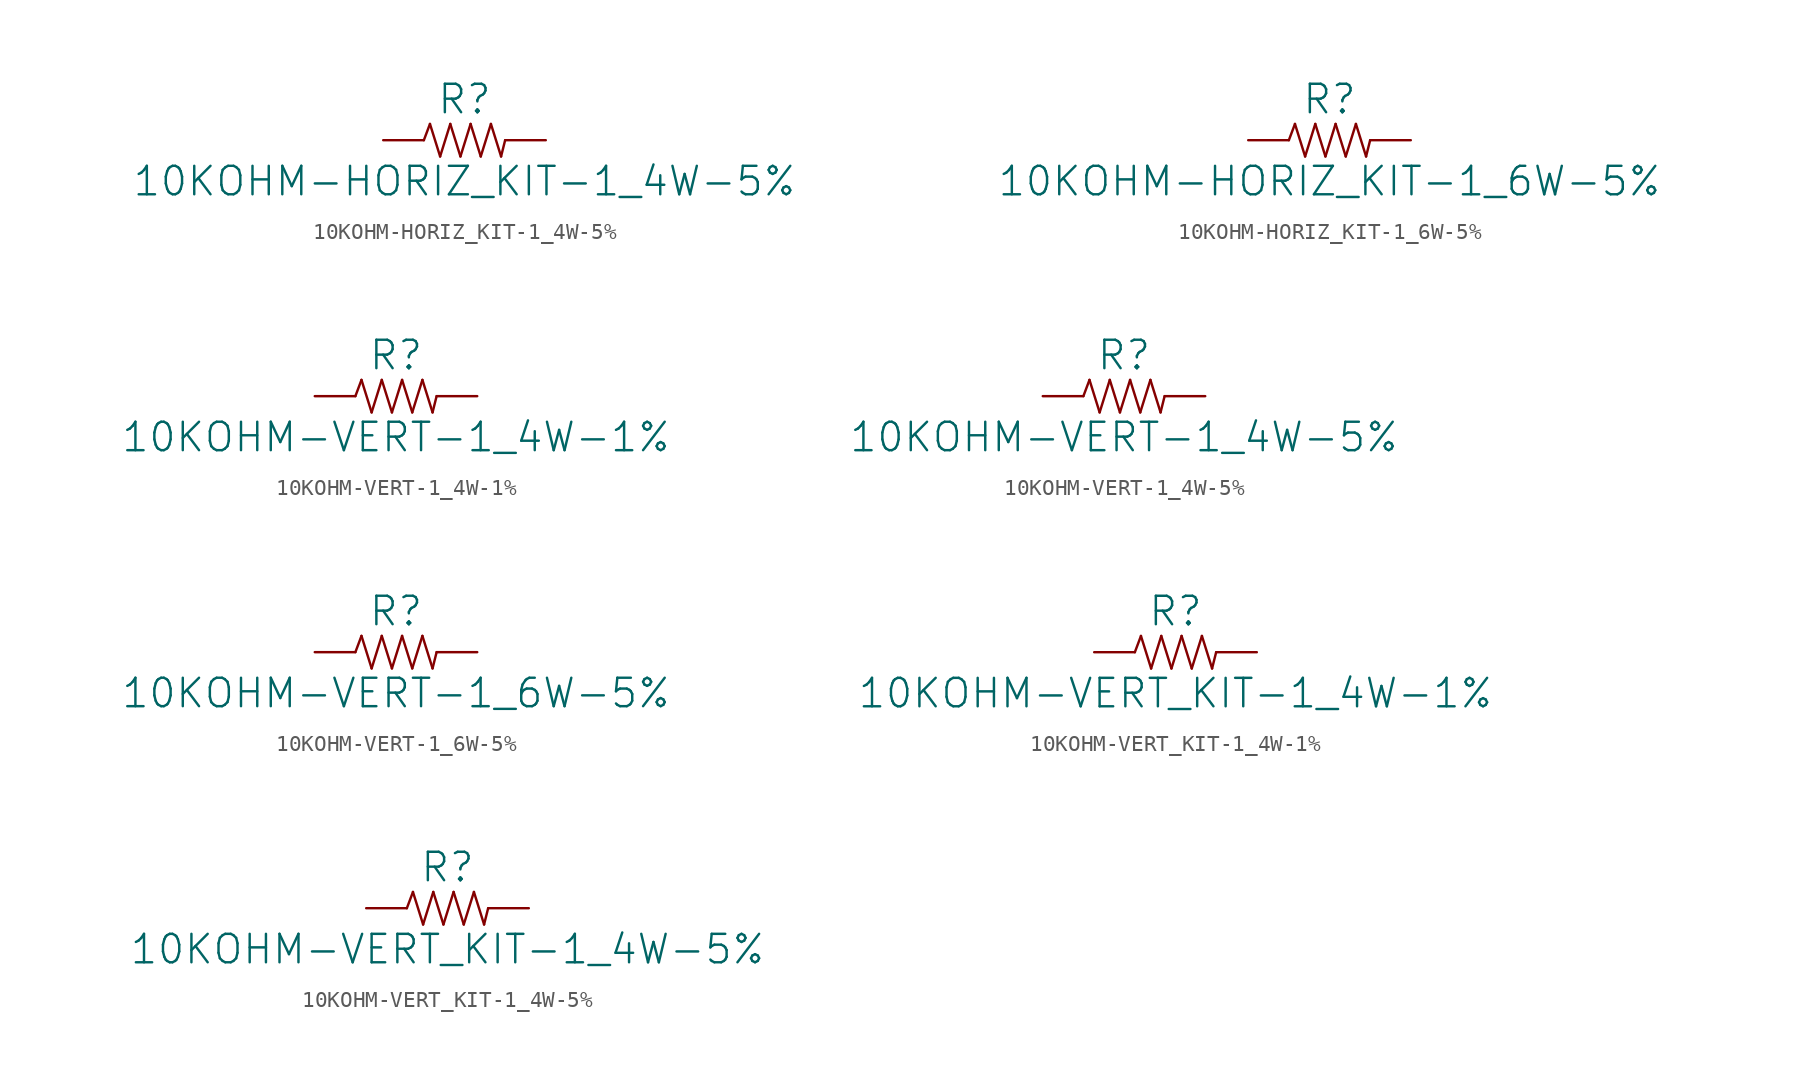
<source format=kicad_sym>
(kicad_symbol_lib
  (version 20211014)
  (generator kicad_symbol_editor)
  (symbol "10KOHM-HORIZ_KIT-1_4W-5%"
    (pin_names
      (offset 1.016))
    (property "Reference" "R"
      (at 0 1.524 0)
      (effects (font (size 1.778 1.778)) (justify bottom)))
    (property "Value" "10KOHM-HORIZ_KIT-1_4W-5%"
      (at 0 -1.524 0)
      (effects (font (size 1.778 1.778)) (justify top)))
    (property "ki_locked" ""
      (at 0 0 0)
      (effects (font (size 1.27 1.27))))
    (symbol "10KOHM-HORIZ_KIT-1_4W-5%_1_0"
      (polyline (pts (xy -2.54 0) (xy -2.159 1.016)) (stroke (width 0) (type default) (color 0 0 0 0)) (fill (type none)))
      (polyline (pts (xy -2.159 1.016) (xy -1.524 -1.016)) (stroke (width 0) (type default) (color 0 0 0 0)) (fill (type none)))
      (polyline (pts (xy -1.524 -1.016) (xy -0.889 1.016)) (stroke (width 0) (type default) (color 0 0 0 0)) (fill (type none)))
      (polyline (pts (xy -0.889 1.016) (xy -0.254 -1.016)) (stroke (width 0) (type default) (color 0 0 0 0)) (fill (type none)))
      (polyline (pts (xy -0.254 -1.016) (xy 0.381 1.016)) (stroke (width 0) (type default) (color 0 0 0 0)) (fill (type none)))
      (polyline (pts (xy 0.381 1.016) (xy 1.016 -1.016)) (stroke (width 0) (type default) (color 0 0 0 0)) (fill (type none)))
      (polyline (pts (xy 1.016 -1.016) (xy 1.651 1.016)) (stroke (width 0) (type default) (color 0 0 0 0)) (fill (type none)))
      (polyline (pts (xy 1.651 1.016) (xy 2.286 -1.016)) (stroke (width 0) (type default) (color 0 0 0 0)) (fill (type none)))
      (polyline (pts (xy 2.286 -1.016) (xy 2.54 0)) (stroke (width 0) (type default) (color 0 0 0 0)) (fill (type none)))
      (pin passive line (at -5.08 0 0) (length 2.54) (name "1" (effects (font (size 0 0)))) (number "P$1" (effects (font (size 0 0)))))
      (pin passive line (at 5.08 0 180) (length 2.54) (name "2" (effects (font (size 0 0)))) (number "P$2" (effects (font (size 0 0)))))))
  (symbol "10KOHM-HORIZ_KIT-1_6W-5%"
    (pin_names
      (offset 1.016))
    (property "Reference" "R"
      (at 0 1.524 0)
      (effects (font (size 1.778 1.778)) (justify bottom)))
    (property "Value" "10KOHM-HORIZ_KIT-1_6W-5%"
      (at 0 -1.524 0)
      (effects (font (size 1.778 1.778)) (justify top)))
    (property "ki_locked" ""
      (at 0 0 0)
      (effects (font (size 1.27 1.27))))
    (symbol "10KOHM-HORIZ_KIT-1_6W-5%_1_0"
      (polyline (pts (xy -2.54 0) (xy -2.159 1.016)) (stroke (width 0) (type default) (color 0 0 0 0)) (fill (type none)))
      (polyline (pts (xy -2.159 1.016) (xy -1.524 -1.016)) (stroke (width 0) (type default) (color 0 0 0 0)) (fill (type none)))
      (polyline (pts (xy -1.524 -1.016) (xy -0.889 1.016)) (stroke (width 0) (type default) (color 0 0 0 0)) (fill (type none)))
      (polyline (pts (xy -0.889 1.016) (xy -0.254 -1.016)) (stroke (width 0) (type default) (color 0 0 0 0)) (fill (type none)))
      (polyline (pts (xy -0.254 -1.016) (xy 0.381 1.016)) (stroke (width 0) (type default) (color 0 0 0 0)) (fill (type none)))
      (polyline (pts (xy 0.381 1.016) (xy 1.016 -1.016)) (stroke (width 0) (type default) (color 0 0 0 0)) (fill (type none)))
      (polyline (pts (xy 1.016 -1.016) (xy 1.651 1.016)) (stroke (width 0) (type default) (color 0 0 0 0)) (fill (type none)))
      (polyline (pts (xy 1.651 1.016) (xy 2.286 -1.016)) (stroke (width 0) (type default) (color 0 0 0 0)) (fill (type none)))
      (polyline (pts (xy 2.286 -1.016) (xy 2.54 0)) (stroke (width 0) (type default) (color 0 0 0 0)) (fill (type none)))
      (pin passive line (at -5.08 0 0) (length 2.54) (name "1" (effects (font (size 0 0)))) (number "P$1" (effects (font (size 0 0)))))
      (pin passive line (at 5.08 0 180) (length 2.54) (name "2" (effects (font (size 0 0)))) (number "P$2" (effects (font (size 0 0)))))))
  (symbol "10KOHM-VERT-1_4W-1%"
    (pin_names
      (offset 1.016))
    (property "Reference" "R"
      (at 0 1.524 0)
      (effects (font (size 1.778 1.778)) (justify bottom)))
    (property "Value" "10KOHM-VERT-1_4W-1%"
      (at 0 -1.524 0)
      (effects (font (size 1.778 1.778)) (justify top)))
    (property "ki_locked" ""
      (at 0 0 0)
      (effects (font (size 1.27 1.27))))
    (symbol "10KOHM-VERT-1_4W-1%_1_0"
      (polyline (pts (xy -2.54 0) (xy -2.159 1.016)) (stroke (width 0) (type default) (color 0 0 0 0)) (fill (type none)))
      (polyline (pts (xy -2.159 1.016) (xy -1.524 -1.016)) (stroke (width 0) (type default) (color 0 0 0 0)) (fill (type none)))
      (polyline (pts (xy -1.524 -1.016) (xy -0.889 1.016)) (stroke (width 0) (type default) (color 0 0 0 0)) (fill (type none)))
      (polyline (pts (xy -0.889 1.016) (xy -0.254 -1.016)) (stroke (width 0) (type default) (color 0 0 0 0)) (fill (type none)))
      (polyline (pts (xy -0.254 -1.016) (xy 0.381 1.016)) (stroke (width 0) (type default) (color 0 0 0 0)) (fill (type none)))
      (polyline (pts (xy 0.381 1.016) (xy 1.016 -1.016)) (stroke (width 0) (type default) (color 0 0 0 0)) (fill (type none)))
      (polyline (pts (xy 1.016 -1.016) (xy 1.651 1.016)) (stroke (width 0) (type default) (color 0 0 0 0)) (fill (type none)))
      (polyline (pts (xy 1.651 1.016) (xy 2.286 -1.016)) (stroke (width 0) (type default) (color 0 0 0 0)) (fill (type none)))
      (polyline (pts (xy 2.286 -1.016) (xy 2.54 0)) (stroke (width 0) (type default) (color 0 0 0 0)) (fill (type none)))
      (pin passive line (at -5.08 0 0) (length 2.54) (name "1" (effects (font (size 0 0)))) (number "P$1" (effects (font (size 0 0)))))
      (pin passive line (at 5.08 0 180) (length 2.54) (name "2" (effects (font (size 0 0)))) (number "P$2" (effects (font (size 0 0)))))))
  (symbol "10KOHM-VERT-1_4W-5%"
    (pin_names
      (offset 1.016))
    (property "Reference" "R"
      (at 0 1.524 0)
      (effects (font (size 1.778 1.778)) (justify bottom)))
    (property "Value" "10KOHM-VERT-1_4W-5%"
      (at 0 -1.524 0)
      (effects (font (size 1.778 1.778)) (justify top)))
    (property "ki_locked" ""
      (at 0 0 0)
      (effects (font (size 1.27 1.27))))
    (symbol "10KOHM-VERT-1_4W-5%_1_0"
      (polyline (pts (xy -2.54 0) (xy -2.159 1.016)) (stroke (width 0) (type default) (color 0 0 0 0)) (fill (type none)))
      (polyline (pts (xy -2.159 1.016) (xy -1.524 -1.016)) (stroke (width 0) (type default) (color 0 0 0 0)) (fill (type none)))
      (polyline (pts (xy -1.524 -1.016) (xy -0.889 1.016)) (stroke (width 0) (type default) (color 0 0 0 0)) (fill (type none)))
      (polyline (pts (xy -0.889 1.016) (xy -0.254 -1.016)) (stroke (width 0) (type default) (color 0 0 0 0)) (fill (type none)))
      (polyline (pts (xy -0.254 -1.016) (xy 0.381 1.016)) (stroke (width 0) (type default) (color 0 0 0 0)) (fill (type none)))
      (polyline (pts (xy 0.381 1.016) (xy 1.016 -1.016)) (stroke (width 0) (type default) (color 0 0 0 0)) (fill (type none)))
      (polyline (pts (xy 1.016 -1.016) (xy 1.651 1.016)) (stroke (width 0) (type default) (color 0 0 0 0)) (fill (type none)))
      (polyline (pts (xy 1.651 1.016) (xy 2.286 -1.016)) (stroke (width 0) (type default) (color 0 0 0 0)) (fill (type none)))
      (polyline (pts (xy 2.286 -1.016) (xy 2.54 0)) (stroke (width 0) (type default) (color 0 0 0 0)) (fill (type none)))
      (pin passive line (at -5.08 0 0) (length 2.54) (name "1" (effects (font (size 0 0)))) (number "P$1" (effects (font (size 0 0)))))
      (pin passive line (at 5.08 0 180) (length 2.54) (name "2" (effects (font (size 0 0)))) (number "P$2" (effects (font (size 0 0)))))))
  (symbol "10KOHM-VERT-1_6W-5%"
    (pin_names
      (offset 1.016))
    (property "Reference" "R"
      (at 0 1.524 0)
      (effects (font (size 1.778 1.778)) (justify bottom)))
    (property "Value" "10KOHM-VERT-1_6W-5%"
      (at 0 -1.524 0)
      (effects (font (size 1.778 1.778)) (justify top)))
    (property "ki_locked" ""
      (at 0 0 0)
      (effects (font (size 1.27 1.27))))
    (symbol "10KOHM-VERT-1_6W-5%_1_0"
      (polyline (pts (xy -2.54 0) (xy -2.159 1.016)) (stroke (width 0) (type default) (color 0 0 0 0)) (fill (type none)))
      (polyline (pts (xy -2.159 1.016) (xy -1.524 -1.016)) (stroke (width 0) (type default) (color 0 0 0 0)) (fill (type none)))
      (polyline (pts (xy -1.524 -1.016) (xy -0.889 1.016)) (stroke (width 0) (type default) (color 0 0 0 0)) (fill (type none)))
      (polyline (pts (xy -0.889 1.016) (xy -0.254 -1.016)) (stroke (width 0) (type default) (color 0 0 0 0)) (fill (type none)))
      (polyline (pts (xy -0.254 -1.016) (xy 0.381 1.016)) (stroke (width 0) (type default) (color 0 0 0 0)) (fill (type none)))
      (polyline (pts (xy 0.381 1.016) (xy 1.016 -1.016)) (stroke (width 0) (type default) (color 0 0 0 0)) (fill (type none)))
      (polyline (pts (xy 1.016 -1.016) (xy 1.651 1.016)) (stroke (width 0) (type default) (color 0 0 0 0)) (fill (type none)))
      (polyline (pts (xy 1.651 1.016) (xy 2.286 -1.016)) (stroke (width 0) (type default) (color 0 0 0 0)) (fill (type none)))
      (polyline (pts (xy 2.286 -1.016) (xy 2.54 0)) (stroke (width 0) (type default) (color 0 0 0 0)) (fill (type none)))
      (pin passive line (at -5.08 0 0) (length 2.54) (name "1" (effects (font (size 0 0)))) (number "P$1" (effects (font (size 0 0)))))
      (pin passive line (at 5.08 0 180) (length 2.54) (name "2" (effects (font (size 0 0)))) (number "P$2" (effects (font (size 0 0)))))))
  (symbol "10KOHM-VERT_KIT-1_4W-1%"
    (pin_names
      (offset 1.016))
    (property "Reference" "R"
      (at 0 1.524 0)
      (effects (font (size 1.778 1.778)) (justify bottom)))
    (property "Value" "10KOHM-VERT_KIT-1_4W-1%"
      (at 0 -1.524 0)
      (effects (font (size 1.778 1.778)) (justify top)))
    (property "ki_locked" ""
      (at 0 0 0)
      (effects (font (size 1.27 1.27))))
    (symbol "10KOHM-VERT_KIT-1_4W-1%_1_0"
      (polyline (pts (xy -2.54 0) (xy -2.159 1.016)) (stroke (width 0) (type default) (color 0 0 0 0)) (fill (type none)))
      (polyline (pts (xy -2.159 1.016) (xy -1.524 -1.016)) (stroke (width 0) (type default) (color 0 0 0 0)) (fill (type none)))
      (polyline (pts (xy -1.524 -1.016) (xy -0.889 1.016)) (stroke (width 0) (type default) (color 0 0 0 0)) (fill (type none)))
      (polyline (pts (xy -0.889 1.016) (xy -0.254 -1.016)) (stroke (width 0) (type default) (color 0 0 0 0)) (fill (type none)))
      (polyline (pts (xy -0.254 -1.016) (xy 0.381 1.016)) (stroke (width 0) (type default) (color 0 0 0 0)) (fill (type none)))
      (polyline (pts (xy 0.381 1.016) (xy 1.016 -1.016)) (stroke (width 0) (type default) (color 0 0 0 0)) (fill (type none)))
      (polyline (pts (xy 1.016 -1.016) (xy 1.651 1.016)) (stroke (width 0) (type default) (color 0 0 0 0)) (fill (type none)))
      (polyline (pts (xy 1.651 1.016) (xy 2.286 -1.016)) (stroke (width 0) (type default) (color 0 0 0 0)) (fill (type none)))
      (polyline (pts (xy 2.286 -1.016) (xy 2.54 0)) (stroke (width 0) (type default) (color 0 0 0 0)) (fill (type none)))
      (pin passive line (at -5.08 0 0) (length 2.54) (name "1" (effects (font (size 0 0)))) (number "P$1" (effects (font (size 0 0)))))
      (pin passive line (at 5.08 0 180) (length 2.54) (name "2" (effects (font (size 0 0)))) (number "P$2" (effects (font (size 0 0)))))))
  (symbol "10KOHM-VERT_KIT-1_4W-5%"
    (pin_names
      (offset 1.016))
    (property "Reference" "R"
      (at 0 1.524 0)
      (effects (font (size 1.778 1.778)) (justify bottom)))
    (property "Value" "10KOHM-VERT_KIT-1_4W-5%"
      (at 0 -1.524 0)
      (effects (font (size 1.778 1.778)) (justify top)))
    (property "ki_locked" ""
      (at 0 0 0)
      (effects (font (size 1.27 1.27))))
    (symbol "10KOHM-VERT_KIT-1_4W-5%_1_0"
      (polyline (pts (xy -2.54 0) (xy -2.159 1.016)) (stroke (width 0) (type default) (color 0 0 0 0)) (fill (type none)))
      (polyline (pts (xy -2.159 1.016) (xy -1.524 -1.016)) (stroke (width 0) (type default) (color 0 0 0 0)) (fill (type none)))
      (polyline (pts (xy -1.524 -1.016) (xy -0.889 1.016)) (stroke (width 0) (type default) (color 0 0 0 0)) (fill (type none)))
      (polyline (pts (xy -0.889 1.016) (xy -0.254 -1.016)) (stroke (width 0) (type default) (color 0 0 0 0)) (fill (type none)))
      (polyline (pts (xy -0.254 -1.016) (xy 0.381 1.016)) (stroke (width 0) (type default) (color 0 0 0 0)) (fill (type none)))
      (polyline (pts (xy 0.381 1.016) (xy 1.016 -1.016)) (stroke (width 0) (type default) (color 0 0 0 0)) (fill (type none)))
      (polyline (pts (xy 1.016 -1.016) (xy 1.651 1.016)) (stroke (width 0) (type default) (color 0 0 0 0)) (fill (type none)))
      (polyline (pts (xy 1.651 1.016) (xy 2.286 -1.016)) (stroke (width 0) (type default) (color 0 0 0 0)) (fill (type none)))
      (polyline (pts (xy 2.286 -1.016) (xy 2.54 0)) (stroke (width 0) (type default) (color 0 0 0 0)) (fill (type none)))
      (pin passive line (at -5.08 0 0) (length 2.54) (name "1" (effects (font (size 0 0)))) (number "P$1" (effects (font (size 0 0)))))
      (pin passive line (at 5.08 0 180) (length 2.54) (name "2" (effects (font (size 0 0)))) (number "P$2" (effects (font (size 0 0))))))))
</source>
